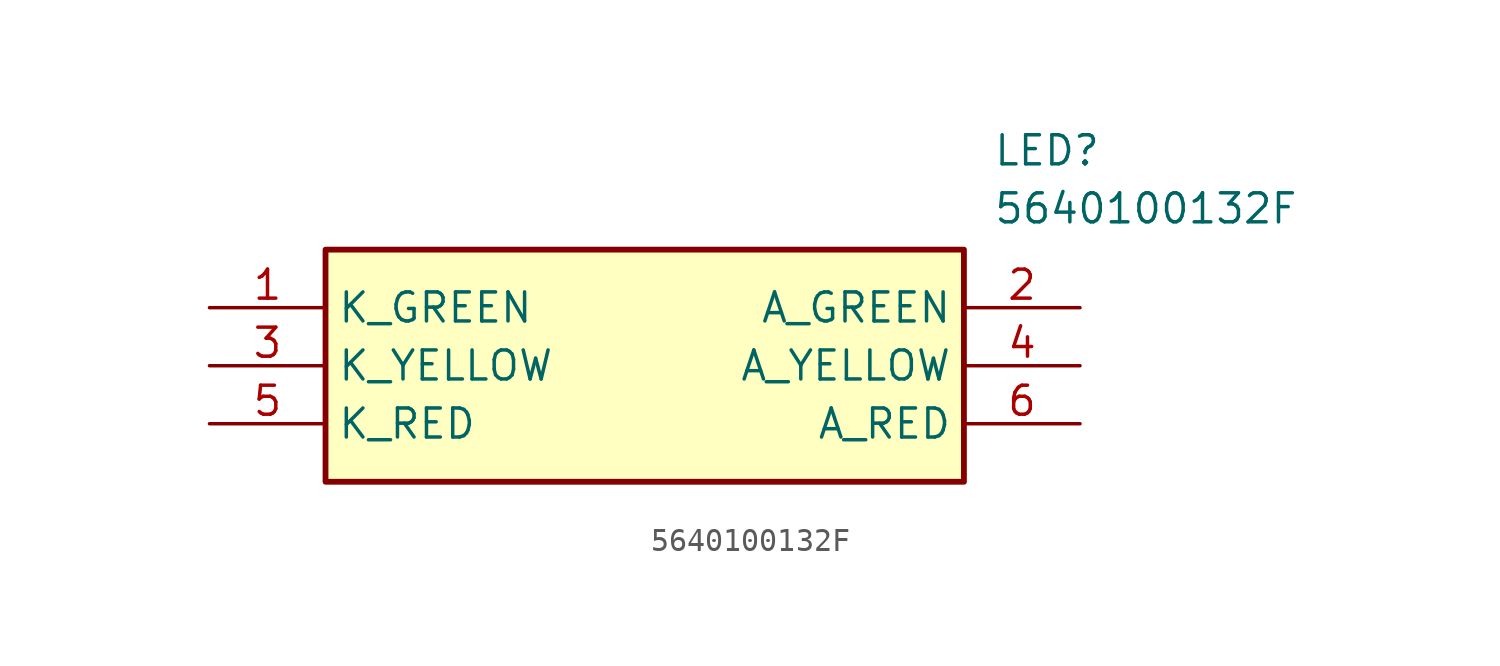
<source format=kicad_sym>
(kicad_symbol_lib
  (version 20211014)
  (generator SamacSys_ECAD_Model)
  (symbol "5640100132F"
    (property "Reference" "LED"
      (at 34.29 7.62 0)
      (effects (font (size 1.27 1.27)) (justify left top)))
    (property "Value" "5640100132F"
      (at 34.29 5.08 0)
      (effects (font (size 1.27 1.27)) (justify left top)))
    (rectangle
      (start 5.08 2.54)
      (end 33.02 -7.62)
      (stroke (width 0.254) (type default))
      (fill (type background)))
    (pin passive line
      (at 0 0 0)
      (length 5.08)
      (name "K_GREEN" (effects (font (size 1.27 1.27))))
      (number "1" (effects (font (size 1.27 1.27)))))
    (pin passive line
      (at 38.1 0 180)
      (length 5.08)
      (name "A_GREEN" (effects (font (size 1.27 1.27))))
      (number "2" (effects (font (size 1.27 1.27)))))
    (pin passive line
      (at 0 -2.54 0)
      (length 5.08)
      (name "K_YELLOW" (effects (font (size 1.27 1.27))))
      (number "3" (effects (font (size 1.27 1.27)))))
    (pin passive line
      (at 38.1 -2.54 180)
      (length 5.08)
      (name "A_YELLOW" (effects (font (size 1.27 1.27))))
      (number "4" (effects (font (size 1.27 1.27)))))
    (pin passive line
      (at 0 -5.08 0)
      (length 5.08)
      (name "K_RED" (effects (font (size 1.27 1.27))))
      (number "5" (effects (font (size 1.27 1.27)))))
    (pin passive line
      (at 38.1 -5.08 180)
      (length 5.08)
      (name "A_RED" (effects (font (size 1.27 1.27))))
      (number "6" (effects (font (size 1.27 1.27)))))))
</source>
